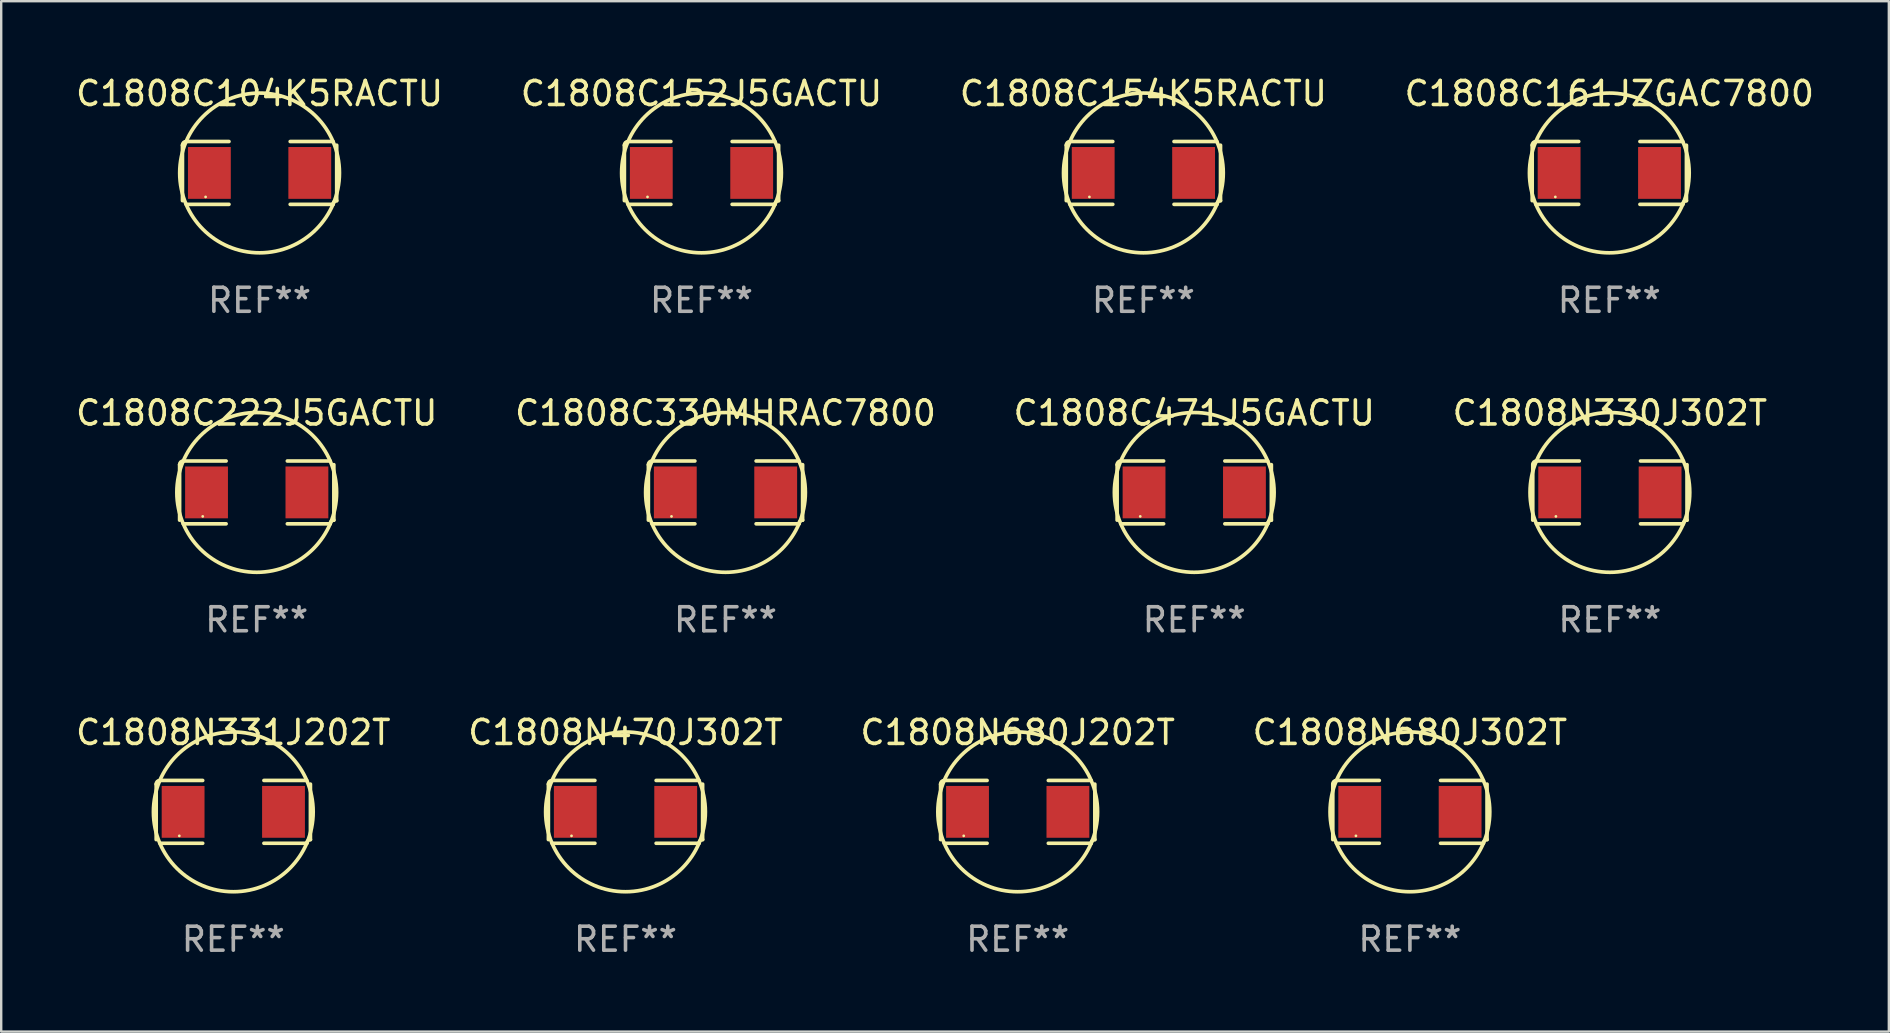
<source format=kicad_pcb>
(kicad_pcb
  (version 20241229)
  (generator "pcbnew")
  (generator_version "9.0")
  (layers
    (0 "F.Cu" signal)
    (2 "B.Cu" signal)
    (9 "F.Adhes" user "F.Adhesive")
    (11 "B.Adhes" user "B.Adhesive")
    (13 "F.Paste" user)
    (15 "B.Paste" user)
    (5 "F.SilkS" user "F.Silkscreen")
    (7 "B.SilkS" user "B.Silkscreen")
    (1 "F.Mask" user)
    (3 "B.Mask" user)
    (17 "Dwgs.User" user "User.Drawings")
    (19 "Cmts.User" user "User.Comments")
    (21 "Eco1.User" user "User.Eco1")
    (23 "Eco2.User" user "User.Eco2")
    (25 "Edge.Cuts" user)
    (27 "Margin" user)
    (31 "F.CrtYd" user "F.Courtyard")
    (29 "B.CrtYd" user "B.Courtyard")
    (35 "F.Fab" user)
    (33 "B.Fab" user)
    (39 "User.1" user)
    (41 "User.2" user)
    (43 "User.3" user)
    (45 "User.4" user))
  (footprint "C1808C161JZGAC7800"
    (layer "F.Cu")
    (at 64.018 4.157)
    (property "Reference" "C1808C161JZGAC7800" (at 0 -3.309 0) (layer "F.SilkS") (effects (font (size 1 1) (thickness 0.15))))
    (attr through_hole)
    (fp_line (start -3.214 -1.156) (end -3.214 1.156) (stroke (width 0.152) (type solid)) (layer "F.SilkS"))
    (fp_line (start -3.061 1.309) (end -1.276 1.309) (stroke (width 0.152) (type solid)) (layer "F.SilkS"))
    (fp_line (start -1.276 -1.309) (end -3.061 -1.309) (stroke (width 0.152) (type solid)) (layer "F.SilkS"))
    (fp_line (start 1.276 -1.309) (end 3.061 -1.309) (stroke (width 0.152) (type solid)) (layer "F.SilkS"))
    (fp_line (start 3.061 1.309) (end 1.276 1.309) (stroke (width 0.152) (type solid)) (layer "F.SilkS"))
    (fp_line (start 3.214 -1.156) (end 3.214 1.156) (stroke (width 0.152) (type solid)) (layer "F.SilkS"))
    (fp_arc (start -3.21359 -1.15621) (mid -3.168953 -1.263974) (end -3.061189 -1.308611) (stroke (width 0.1524) (type solid)) (layer "F.SilkS"))
    (fp_arc (start 3.061188 1.308611) (mid 3.105825 1.200847) (end 3.213589 1.15621) (stroke (width 0.1524) (type solid)) (layer "F.SilkS"))
    (fp_arc (start 3.061189 -1.308611) (mid -3.061167 1.308589) (end 3.061189 -1.308611) (stroke (width 0.1524) (type solid)) (layer "F.SilkS"))
    (fp_circle (center -2.25 1) (end -2.22 1) (stroke (width 0.06) (type solid)) (fill no) (layer "F.SilkS"))
    (fp_text user "REF**" (at 0 5.309 0) (layer "F.Fab") (effects (font (size 1 1) (thickness 0.15))))
    (pad "1" smd rect (at -2.092 0) (size 1.785 2.16) (layers "F.Cu" "F.Mask" "F.Paste"))
    (pad "2" smd rect (at 2.092 0) (size 1.785 2.16) (layers "F.Cu" "F.Mask" "F.Paste")))
  (footprint "C1808C104K5RACTU"
    (layer "F.Cu")
    (at 7.768 4.157)
    (property "Reference" "C1808C104K5RACTU" (at 0 -3.309 0) (layer "F.SilkS") (effects (font (size 1 1) (thickness 0.15))))
    (attr through_hole)
    (fp_line (start -3.214 -1.156) (end -3.214 1.156) (stroke (width 0.152) (type solid)) (layer "F.SilkS"))
    (fp_line (start -3.061 1.309) (end -1.276 1.309) (stroke (width 0.152) (type solid)) (layer "F.SilkS"))
    (fp_line (start -1.276 -1.309) (end -3.061 -1.309) (stroke (width 0.152) (type solid)) (layer "F.SilkS"))
    (fp_line (start 1.276 -1.309) (end 3.061 -1.309) (stroke (width 0.152) (type solid)) (layer "F.SilkS"))
    (fp_line (start 3.061 1.309) (end 1.276 1.309) (stroke (width 0.152) (type solid)) (layer "F.SilkS"))
    (fp_line (start 3.214 -1.156) (end 3.214 1.156) (stroke (width 0.152) (type solid)) (layer "F.SilkS"))
    (fp_arc (start -3.21359 -1.15621) (mid -3.168953 -1.263974) (end -3.061189 -1.308611) (stroke (width 0.1524) (type solid)) (layer "F.SilkS"))
    (fp_arc (start 3.061188 1.308611) (mid 3.105825 1.200847) (end 3.213589 1.15621) (stroke (width 0.1524) (type solid)) (layer "F.SilkS"))
    (fp_arc (start 3.061189 -1.308611) (mid -3.061167 1.308589) (end 3.061189 -1.308611) (stroke (width 0.1524) (type solid)) (layer "F.SilkS"))
    (fp_circle (center -2.25 1) (end -2.22 1) (stroke (width 0.06) (type solid)) (fill no) (layer "F.SilkS"))
    (fp_text user "REF**" (at 0 5.309 0) (layer "F.Fab") (effects (font (size 1 1) (thickness 0.15))))
    (pad "1" smd rect (at -2.092 0) (size 1.785 2.16) (layers "F.Cu" "F.Mask" "F.Paste"))
    (pad "2" smd rect (at 2.092 0) (size 1.785 2.16) (layers "F.Cu" "F.Mask" "F.Paste")))
  (footprint "C1808N680J202T"
    (layer "F.Cu")
    (at 39.363 30.784)
    (property "Reference" "C1808N680J202T" (at 0 -3.309 0) (layer "F.SilkS") (effects (font (size 1 1) (thickness 0.15))))
    (attr through_hole)
    (fp_line (start -3.214 -1.156) (end -3.214 1.156) (stroke (width 0.152) (type solid)) (layer "F.SilkS"))
    (fp_line (start -3.061 1.309) (end -1.276 1.309) (stroke (width 0.152) (type solid)) (layer "F.SilkS"))
    (fp_line (start -1.276 -1.309) (end -3.061 -1.309) (stroke (width 0.152) (type solid)) (layer "F.SilkS"))
    (fp_line (start 1.276 -1.309) (end 3.061 -1.309) (stroke (width 0.152) (type solid)) (layer "F.SilkS"))
    (fp_line (start 3.061 1.309) (end 1.276 1.309) (stroke (width 0.152) (type solid)) (layer "F.SilkS"))
    (fp_line (start 3.214 -1.156) (end 3.214 1.156) (stroke (width 0.152) (type solid)) (layer "F.SilkS"))
    (fp_arc (start -3.21359 -1.15621) (mid -3.168953 -1.263974) (end -3.061189 -1.308611) (stroke (width 0.1524) (type solid)) (layer "F.SilkS"))
    (fp_arc (start 3.061188 1.308611) (mid 3.105825 1.200847) (end 3.213589 1.15621) (stroke (width 0.1524) (type solid)) (layer "F.SilkS"))
    (fp_arc (start 3.061189 -1.308611) (mid -3.061167 1.308589) (end 3.061189 -1.308611) (stroke (width 0.1524) (type solid)) (layer "F.SilkS"))
    (fp_circle (center -2.25 1) (end -2.22 1) (stroke (width 0.06) (type solid)) (fill no) (layer "F.SilkS"))
    (fp_text user "REF**" (at 0 5.309 0) (layer "F.Fab") (effects (font (size 1 1) (thickness 0.15))))
    (pad "1" smd rect (at -2.092 0) (size 1.785 2.16) (layers "F.Cu" "F.Mask" "F.Paste"))
    (pad "2" smd rect (at 2.092 0) (size 1.785 2.16) (layers "F.Cu" "F.Mask" "F.Paste")))
  (footprint "C1808C330MHRAC7800"
    (layer "F.Cu")
    (at 27.185 17.471)
    (property "Reference" "C1808C330MHRAC7800" (at 0 -3.309 0) (layer "F.SilkS") (effects (font (size 1 1) (thickness 0.15))))
    (attr through_hole)
    (fp_line (start -3.214 -1.156) (end -3.214 1.156) (stroke (width 0.152) (type solid)) (layer "F.SilkS"))
    (fp_line (start -3.061 1.309) (end -1.276 1.309) (stroke (width 0.152) (type solid)) (layer "F.SilkS"))
    (fp_line (start -1.276 -1.309) (end -3.061 -1.309) (stroke (width 0.152) (type solid)) (layer "F.SilkS"))
    (fp_line (start 1.276 -1.309) (end 3.061 -1.309) (stroke (width 0.152) (type solid)) (layer "F.SilkS"))
    (fp_line (start 3.061 1.309) (end 1.276 1.309) (stroke (width 0.152) (type solid)) (layer "F.SilkS"))
    (fp_line (start 3.214 -1.156) (end 3.214 1.156) (stroke (width 0.152) (type solid)) (layer "F.SilkS"))
    (fp_arc (start -3.21359 -1.15621) (mid -3.168953 -1.263974) (end -3.061189 -1.308611) (stroke (width 0.1524) (type solid)) (layer "F.SilkS"))
    (fp_arc (start 3.061188 1.308611) (mid 3.105825 1.200847) (end 3.213589 1.15621) (stroke (width 0.1524) (type solid)) (layer "F.SilkS"))
    (fp_arc (start 3.061189 -1.308611) (mid -3.061167 1.308589) (end 3.061189 -1.308611) (stroke (width 0.1524) (type solid)) (layer "F.SilkS"))
    (fp_circle (center -2.25 1) (end -2.22 1) (stroke (width 0.06) (type solid)) (fill no) (layer "F.SilkS"))
    (fp_text user "REF**" (at 0 5.309 0) (layer "F.Fab") (effects (font (size 1 1) (thickness 0.15))))
    (pad "1" smd rect (at -2.092 0) (size 1.785 2.16) (layers "F.Cu" "F.Mask" "F.Paste"))
    (pad "2" smd rect (at 2.092 0) (size 1.785 2.16) (layers "F.Cu" "F.Mask" "F.Paste")))
  (footprint "C1808C222J5GACTU"
    (layer "F.Cu")
    (at 7.649 17.471)
    (property "Reference" "C1808C222J5GACTU" (at 0 -3.309 0) (layer "F.SilkS") (effects (font (size 1 1) (thickness 0.15))))
    (attr through_hole)
    (fp_line (start -3.214 -1.156) (end -3.214 1.156) (stroke (width 0.152) (type solid)) (layer "F.SilkS"))
    (fp_line (start -3.061 1.309) (end -1.276 1.309) (stroke (width 0.152) (type solid)) (layer "F.SilkS"))
    (fp_line (start -1.276 -1.309) (end -3.061 -1.309) (stroke (width 0.152) (type solid)) (layer "F.SilkS"))
    (fp_line (start 1.276 -1.309) (end 3.061 -1.309) (stroke (width 0.152) (type solid)) (layer "F.SilkS"))
    (fp_line (start 3.061 1.309) (end 1.276 1.309) (stroke (width 0.152) (type solid)) (layer "F.SilkS"))
    (fp_line (start 3.214 -1.156) (end 3.214 1.156) (stroke (width 0.152) (type solid)) (layer "F.SilkS"))
    (fp_arc (start -3.21359 -1.15621) (mid -3.168953 -1.263974) (end -3.061189 -1.308611) (stroke (width 0.1524) (type solid)) (layer "F.SilkS"))
    (fp_arc (start 3.061188 1.308611) (mid 3.105825 1.200847) (end 3.213589 1.15621) (stroke (width 0.1524) (type solid)) (layer "F.SilkS"))
    (fp_arc (start 3.061189 -1.308611) (mid -3.061167 1.308589) (end 3.061189 -1.308611) (stroke (width 0.1524) (type solid)) (layer "F.SilkS"))
    (fp_circle (center -2.25 1) (end -2.22 1) (stroke (width 0.06) (type solid)) (fill no) (layer "F.SilkS"))
    (fp_text user "REF**" (at 0 5.309 0) (layer "F.Fab") (effects (font (size 1 1) (thickness 0.15))))
    (pad "1" smd rect (at -2.092 0) (size 1.785 2.16) (layers "F.Cu" "F.Mask" "F.Paste"))
    (pad "2" smd rect (at 2.092 0) (size 1.785 2.16) (layers "F.Cu" "F.Mask" "F.Paste")))
  (footprint "C1808N470J302T"
    (layer "F.Cu")
    (at 23.018 30.784)
    (property "Reference" "C1808N470J302T" (at 0 -3.309 0) (layer "F.SilkS") (effects (font (size 1 1) (thickness 0.15))))
    (attr through_hole)
    (fp_line (start -3.214 -1.156) (end -3.214 1.156) (stroke (width 0.152) (type solid)) (layer "F.SilkS"))
    (fp_line (start -3.061 1.309) (end -1.276 1.309) (stroke (width 0.152) (type solid)) (layer "F.SilkS"))
    (fp_line (start -1.276 -1.309) (end -3.061 -1.309) (stroke (width 0.152) (type solid)) (layer "F.SilkS"))
    (fp_line (start 1.276 -1.309) (end 3.061 -1.309) (stroke (width 0.152) (type solid)) (layer "F.SilkS"))
    (fp_line (start 3.061 1.309) (end 1.276 1.309) (stroke (width 0.152) (type solid)) (layer "F.SilkS"))
    (fp_line (start 3.214 -1.156) (end 3.214 1.156) (stroke (width 0.152) (type solid)) (layer "F.SilkS"))
    (fp_arc (start -3.21359 -1.15621) (mid -3.168953 -1.263974) (end -3.061189 -1.308611) (stroke (width 0.1524) (type solid)) (layer "F.SilkS"))
    (fp_arc (start 3.061188 1.308611) (mid 3.105825 1.200847) (end 3.213589 1.15621) (stroke (width 0.1524) (type solid)) (layer "F.SilkS"))
    (fp_arc (start 3.061189 -1.308611) (mid -3.061167 1.308589) (end 3.061189 -1.308611) (stroke (width 0.1524) (type solid)) (layer "F.SilkS"))
    (fp_circle (center -2.25 1) (end -2.22 1) (stroke (width 0.06) (type solid)) (fill no) (layer "F.SilkS"))
    (fp_text user "REF**" (at 0 5.309 0) (layer "F.Fab") (effects (font (size 1 1) (thickness 0.15))))
    (pad "1" smd rect (at -2.092 0) (size 1.785 2.16) (layers "F.Cu" "F.Mask" "F.Paste"))
    (pad "2" smd rect (at 2.092 0) (size 1.785 2.16) (layers "F.Cu" "F.Mask" "F.Paste")))
  (footprint "C1808C154K5RACTU"
    (layer "F.Cu")
    (at 44.601 4.157)
    (property "Reference" "C1808C154K5RACTU" (at 0 -3.309 0) (layer "F.SilkS") (effects (font (size 1 1) (thickness 0.15))))
    (attr through_hole)
    (fp_line (start -3.214 -1.156) (end -3.214 1.156) (stroke (width 0.152) (type solid)) (layer "F.SilkS"))
    (fp_line (start -3.061 1.309) (end -1.276 1.309) (stroke (width 0.152) (type solid)) (layer "F.SilkS"))
    (fp_line (start -1.276 -1.309) (end -3.061 -1.309) (stroke (width 0.152) (type solid)) (layer "F.SilkS"))
    (fp_line (start 1.276 -1.309) (end 3.061 -1.309) (stroke (width 0.152) (type solid)) (layer "F.SilkS"))
    (fp_line (start 3.061 1.309) (end 1.276 1.309) (stroke (width 0.152) (type solid)) (layer "F.SilkS"))
    (fp_line (start 3.214 -1.156) (end 3.214 1.156) (stroke (width 0.152) (type solid)) (layer "F.SilkS"))
    (fp_arc (start -3.21359 -1.15621) (mid -3.168953 -1.263974) (end -3.061189 -1.308611) (stroke (width 0.1524) (type solid)) (layer "F.SilkS"))
    (fp_arc (start 3.061188 1.308611) (mid 3.105825 1.200847) (end 3.213589 1.15621) (stroke (width 0.1524) (type solid)) (layer "F.SilkS"))
    (fp_arc (start 3.061189 -1.308611) (mid -3.061167 1.308589) (end 3.061189 -1.308611) (stroke (width 0.1524) (type solid)) (layer "F.SilkS"))
    (fp_circle (center -2.25 1) (end -2.22 1) (stroke (width 0.06) (type solid)) (fill no) (layer "F.SilkS"))
    (fp_text user "REF**" (at 0 5.309 0) (layer "F.Fab") (effects (font (size 1 1) (thickness 0.15))))
    (pad "1" smd rect (at -2.092 0) (size 1.785 2.16) (layers "F.Cu" "F.Mask" "F.Paste"))
    (pad "2" smd rect (at 2.092 0) (size 1.785 2.16) (layers "F.Cu" "F.Mask" "F.Paste")))
  (footprint "C1808N680J302T"
    (layer "F.Cu")
    (at 55.708 30.784)
    (property "Reference" "C1808N680J302T" (at 0 -3.309 0) (layer "F.SilkS") (effects (font (size 1 1) (thickness 0.15))))
    (attr through_hole)
    (fp_line (start -3.214 -1.156) (end -3.214 1.156) (stroke (width 0.152) (type solid)) (layer "F.SilkS"))
    (fp_line (start -3.061 1.309) (end -1.276 1.309) (stroke (width 0.152) (type solid)) (layer "F.SilkS"))
    (fp_line (start -1.276 -1.309) (end -3.061 -1.309) (stroke (width 0.152) (type solid)) (layer "F.SilkS"))
    (fp_line (start 1.276 -1.309) (end 3.061 -1.309) (stroke (width 0.152) (type solid)) (layer "F.SilkS"))
    (fp_line (start 3.061 1.309) (end 1.276 1.309) (stroke (width 0.152) (type solid)) (layer "F.SilkS"))
    (fp_line (start 3.214 -1.156) (end 3.214 1.156) (stroke (width 0.152) (type solid)) (layer "F.SilkS"))
    (fp_arc (start -3.21359 -1.15621) (mid -3.168953 -1.263974) (end -3.061189 -1.308611) (stroke (width 0.1524) (type solid)) (layer "F.SilkS"))
    (fp_arc (start 3.061188 1.308611) (mid 3.105825 1.200847) (end 3.213589 1.15621) (stroke (width 0.1524) (type solid)) (layer "F.SilkS"))
    (fp_arc (start 3.061189 -1.308611) (mid -3.061167 1.308589) (end 3.061189 -1.308611) (stroke (width 0.1524) (type solid)) (layer "F.SilkS"))
    (fp_circle (center -2.25 1) (end -2.22 1) (stroke (width 0.06) (type solid)) (fill no) (layer "F.SilkS"))
    (fp_text user "REF**" (at 0 5.309 0) (layer "F.Fab") (effects (font (size 1 1) (thickness 0.15))))
    (pad "1" smd rect (at -2.092 0) (size 1.785 2.16) (layers "F.Cu" "F.Mask" "F.Paste"))
    (pad "2" smd rect (at 2.092 0) (size 1.785 2.16) (layers "F.Cu" "F.Mask" "F.Paste")))
  (footprint "C1808C152J5GACTU"
    (layer "F.Cu")
    (at 26.185 4.157)
    (property "Reference" "C1808C152J5GACTU" (at 0 -3.309 0) (layer "F.SilkS") (effects (font (size 1 1) (thickness 0.15))))
    (attr through_hole)
    (fp_line (start -3.214 -1.156) (end -3.214 1.156) (stroke (width 0.152) (type solid)) (layer "F.SilkS"))
    (fp_line (start -3.061 1.309) (end -1.276 1.309) (stroke (width 0.152) (type solid)) (layer "F.SilkS"))
    (fp_line (start -1.276 -1.309) (end -3.061 -1.309) (stroke (width 0.152) (type solid)) (layer "F.SilkS"))
    (fp_line (start 1.276 -1.309) (end 3.061 -1.309) (stroke (width 0.152) (type solid)) (layer "F.SilkS"))
    (fp_line (start 3.061 1.309) (end 1.276 1.309) (stroke (width 0.152) (type solid)) (layer "F.SilkS"))
    (fp_line (start 3.214 -1.156) (end 3.214 1.156) (stroke (width 0.152) (type solid)) (layer "F.SilkS"))
    (fp_arc (start -3.21359 -1.15621) (mid -3.168953 -1.263974) (end -3.061189 -1.308611) (stroke (width 0.1524) (type solid)) (layer "F.SilkS"))
    (fp_arc (start 3.061188 1.308611) (mid 3.105825 1.200847) (end 3.213589 1.15621) (stroke (width 0.1524) (type solid)) (layer "F.SilkS"))
    (fp_arc (start 3.061189 -1.308611) (mid -3.061167 1.308589) (end 3.061189 -1.308611) (stroke (width 0.1524) (type solid)) (layer "F.SilkS"))
    (fp_circle (center -2.25 1) (end -2.22 1) (stroke (width 0.06) (type solid)) (fill no) (layer "F.SilkS"))
    (fp_text user "REF**" (at 0 5.309 0) (layer "F.Fab") (effects (font (size 1 1) (thickness 0.15))))
    (pad "1" smd rect (at -2.092 0) (size 1.785 2.16) (layers "F.Cu" "F.Mask" "F.Paste"))
    (pad "2" smd rect (at 2.092 0) (size 1.785 2.16) (layers "F.Cu" "F.Mask" "F.Paste")))
  (footprint "C1808C471J5GACTU"
    (layer "F.Cu")
    (at 46.72 17.471)
    (property "Reference" "C1808C471J5GACTU" (at 0 -3.309 0) (layer "F.SilkS") (effects (font (size 1 1) (thickness 0.15))))
    (attr through_hole)
    (fp_line (start -3.214 -1.156) (end -3.214 1.156) (stroke (width 0.152) (type solid)) (layer "F.SilkS"))
    (fp_line (start -3.061 1.309) (end -1.276 1.309) (stroke (width 0.152) (type solid)) (layer "F.SilkS"))
    (fp_line (start -1.276 -1.309) (end -3.061 -1.309) (stroke (width 0.152) (type solid)) (layer "F.SilkS"))
    (fp_line (start 1.276 -1.309) (end 3.061 -1.309) (stroke (width 0.152) (type solid)) (layer "F.SilkS"))
    (fp_line (start 3.061 1.309) (end 1.276 1.309) (stroke (width 0.152) (type solid)) (layer "F.SilkS"))
    (fp_line (start 3.214 -1.156) (end 3.214 1.156) (stroke (width 0.152) (type solid)) (layer "F.SilkS"))
    (fp_arc (start -3.21359 -1.15621) (mid -3.168953 -1.263974) (end -3.061189 -1.308611) (stroke (width 0.1524) (type solid)) (layer "F.SilkS"))
    (fp_arc (start 3.061188 1.308611) (mid 3.105825 1.200847) (end 3.213589 1.15621) (stroke (width 0.1524) (type solid)) (layer "F.SilkS"))
    (fp_arc (start 3.061189 -1.308611) (mid -3.061167 1.308589) (end 3.061189 -1.308611) (stroke (width 0.1524) (type solid)) (layer "F.SilkS"))
    (fp_circle (center -2.25 1) (end -2.22 1) (stroke (width 0.06) (type solid)) (fill no) (layer "F.SilkS"))
    (fp_text user "REF**" (at 0 5.309 0) (layer "F.Fab") (effects (font (size 1 1) (thickness 0.15))))
    (pad "1" smd rect (at -2.092 0) (size 1.785 2.16) (layers "F.Cu" "F.Mask" "F.Paste"))
    (pad "2" smd rect (at 2.092 0) (size 1.785 2.16) (layers "F.Cu" "F.Mask" "F.Paste")))
  (footprint "C1808N331J202T"
    (layer "F.Cu")
    (at 6.673 30.784)
    (property "Reference" "C1808N331J202T" (at 0 -3.309 0) (layer "F.SilkS") (effects (font (size 1 1) (thickness 0.15))))
    (attr through_hole)
    (fp_line (start -3.214 -1.156) (end -3.214 1.156) (stroke (width 0.152) (type solid)) (layer "F.SilkS"))
    (fp_line (start -3.061 1.309) (end -1.276 1.309) (stroke (width 0.152) (type solid)) (layer "F.SilkS"))
    (fp_line (start -1.276 -1.309) (end -3.061 -1.309) (stroke (width 0.152) (type solid)) (layer "F.SilkS"))
    (fp_line (start 1.276 -1.309) (end 3.061 -1.309) (stroke (width 0.152) (type solid)) (layer "F.SilkS"))
    (fp_line (start 3.061 1.309) (end 1.276 1.309) (stroke (width 0.152) (type solid)) (layer "F.SilkS"))
    (fp_line (start 3.214 -1.156) (end 3.214 1.156) (stroke (width 0.152) (type solid)) (layer "F.SilkS"))
    (fp_arc (start -3.21359 -1.15621) (mid -3.168953 -1.263974) (end -3.061189 -1.308611) (stroke (width 0.1524) (type solid)) (layer "F.SilkS"))
    (fp_arc (start 3.061188 1.308611) (mid 3.105825 1.200847) (end 3.213589 1.15621) (stroke (width 0.1524) (type solid)) (layer "F.SilkS"))
    (fp_arc (start 3.061189 -1.308611) (mid -3.061167 1.308589) (end 3.061189 -1.308611) (stroke (width 0.1524) (type solid)) (layer "F.SilkS"))
    (fp_circle (center -2.25 1) (end -2.22 1) (stroke (width 0.06) (type solid)) (fill no) (layer "F.SilkS"))
    (fp_text user "REF**" (at 0 5.309 0) (layer "F.Fab") (effects (font (size 1 1) (thickness 0.15))))
    (pad "1" smd rect (at -2.092 0) (size 1.785 2.16) (layers "F.Cu" "F.Mask" "F.Paste"))
    (pad "2" smd rect (at 2.092 0) (size 1.785 2.16) (layers "F.Cu" "F.Mask" "F.Paste")))
  (footprint "C1808N330J302T"
    (layer "F.Cu")
    (at 64.042 17.471)
    (property "Reference" "C1808N330J302T" (at 0 -3.309 0) (layer "F.SilkS") (effects (font (size 1 1) (thickness 0.15))))
    (attr through_hole)
    (fp_line (start -3.214 -1.156) (end -3.214 1.156) (stroke (width 0.152) (type solid)) (layer "F.SilkS"))
    (fp_line (start -3.061 1.309) (end -1.276 1.309) (stroke (width 0.152) (type solid)) (layer "F.SilkS"))
    (fp_line (start -1.276 -1.309) (end -3.061 -1.309) (stroke (width 0.152) (type solid)) (layer "F.SilkS"))
    (fp_line (start 1.276 -1.309) (end 3.061 -1.309) (stroke (width 0.152) (type solid)) (layer "F.SilkS"))
    (fp_line (start 3.061 1.309) (end 1.276 1.309) (stroke (width 0.152) (type solid)) (layer "F.SilkS"))
    (fp_line (start 3.214 -1.156) (end 3.214 1.156) (stroke (width 0.152) (type solid)) (layer "F.SilkS"))
    (fp_arc (start -3.21359 -1.15621) (mid -3.168953 -1.263974) (end -3.061189 -1.308611) (stroke (width 0.1524) (type solid)) (layer "F.SilkS"))
    (fp_arc (start 3.061188 1.308611) (mid 3.105825 1.200847) (end 3.213589 1.15621) (stroke (width 0.1524) (type solid)) (layer "F.SilkS"))
    (fp_arc (start 3.061189 -1.308611) (mid -3.061167 1.308589) (end 3.061189 -1.308611) (stroke (width 0.1524) (type solid)) (layer "F.SilkS"))
    (fp_circle (center -2.25 1) (end -2.22 1) (stroke (width 0.06) (type solid)) (fill no) (layer "F.SilkS"))
    (fp_text user "REF**" (at 0 5.309 0) (layer "F.Fab") (effects (font (size 1 1) (thickness 0.15))))
    (pad "1" smd rect (at -2.092 0) (size 1.785 2.16) (layers "F.Cu" "F.Mask" "F.Paste"))
    (pad "2" smd rect (at 2.092 0) (size 1.785 2.16) (layers "F.Cu" "F.Mask" "F.Paste")))
  (gr_rect
    (start -3 -3)
    (end 75.667 39.941)
    (stroke (width 0.1) (type default))
    (fill no)
    (layer "Edge.Cuts")))
</source>
